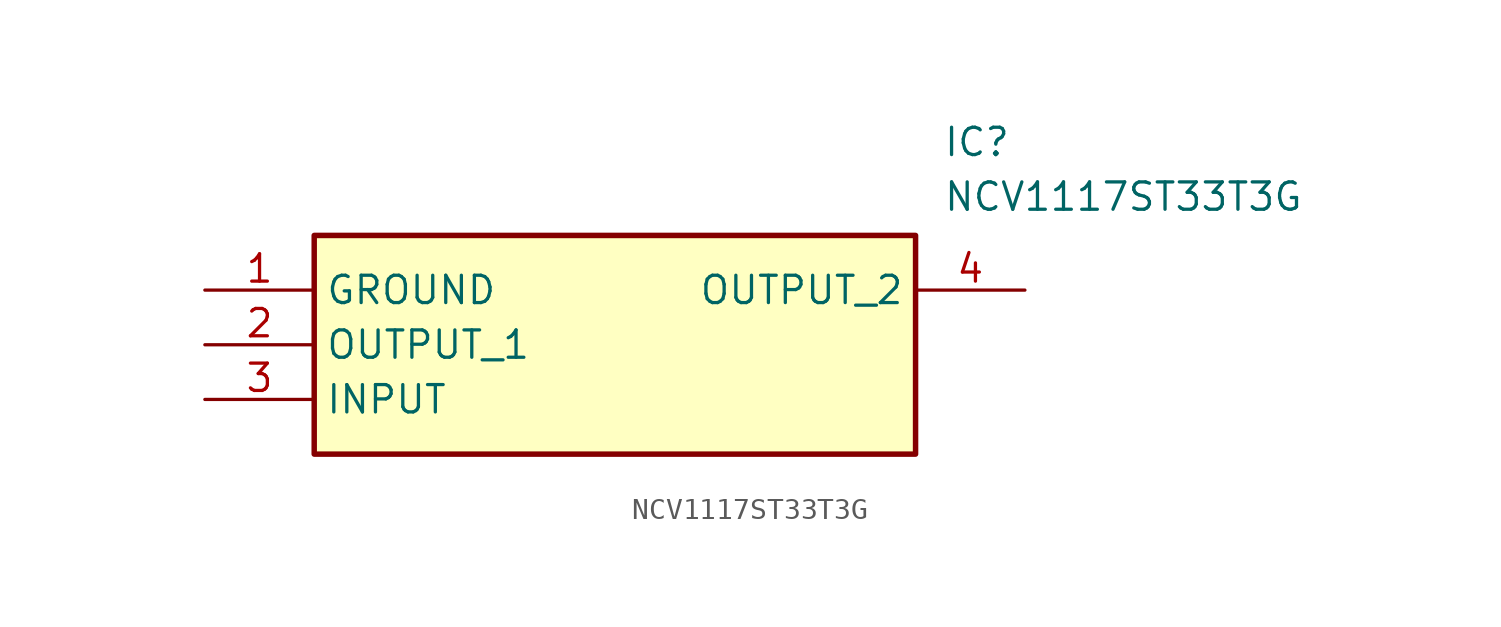
<source format=kicad_sym>
(kicad_symbol_lib
  (version 20211014)
  (generator SamacSys_ECAD_Model)
  (symbol "NCV1117ST33T3G"
    (property "Reference" "IC"
      (at 34.29 7.62 0)
      (effects (font (size 1.27 1.27)) (justify left top)))
    (property "Value" "NCV1117ST33T3G"
      (at 34.29 5.08 0)
      (effects (font (size 1.27 1.27)) (justify left top)))
    (rectangle
      (start 5.08 2.54)
      (end 33.02 -7.62)
      (stroke (width 0.254) (type default))
      (fill (type background)))
    (pin passive line
      (at 0 0 0)
      (length 5.08)
      (name "GROUND" (effects (font (size 1.27 1.27))))
      (number "1" (effects (font (size 1.27 1.27)))))
    (pin passive line
      (at 0 -2.54 0)
      (length 5.08)
      (name "OUTPUT_1" (effects (font (size 1.27 1.27))))
      (number "2" (effects (font (size 1.27 1.27)))))
    (pin passive line
      (at 0 -5.08 0)
      (length 5.08)
      (name "INPUT" (effects (font (size 1.27 1.27))))
      (number "3" (effects (font (size 1.27 1.27)))))
    (pin passive line
      (at 38.1 0 180)
      (length 5.08)
      (name "OUTPUT_2" (effects (font (size 1.27 1.27))))
      (number "4" (effects (font (size 1.27 1.27)))))))
</source>
